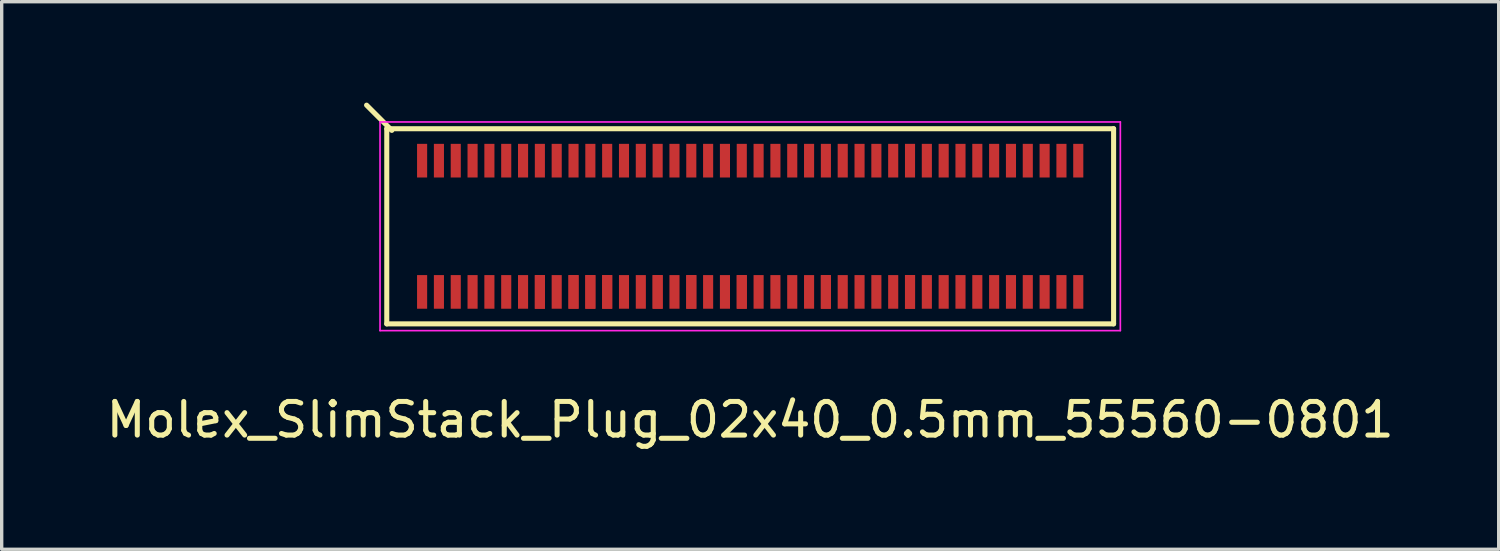
<source format=kicad_pcb>
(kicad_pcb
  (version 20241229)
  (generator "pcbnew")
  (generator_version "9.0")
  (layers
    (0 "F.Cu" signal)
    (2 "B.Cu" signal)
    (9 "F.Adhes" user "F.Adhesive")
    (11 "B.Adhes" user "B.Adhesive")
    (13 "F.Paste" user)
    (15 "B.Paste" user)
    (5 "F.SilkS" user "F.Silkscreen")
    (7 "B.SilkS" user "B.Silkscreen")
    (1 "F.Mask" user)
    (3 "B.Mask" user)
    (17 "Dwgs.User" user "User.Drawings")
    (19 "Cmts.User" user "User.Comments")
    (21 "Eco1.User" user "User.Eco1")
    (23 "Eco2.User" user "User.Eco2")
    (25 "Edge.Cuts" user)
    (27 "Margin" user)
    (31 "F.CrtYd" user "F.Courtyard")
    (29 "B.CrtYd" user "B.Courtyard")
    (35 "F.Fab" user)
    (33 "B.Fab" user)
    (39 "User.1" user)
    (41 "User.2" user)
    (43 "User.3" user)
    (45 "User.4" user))
  (footprint "Molex_SlimStack_Plug_02x40_0.5mm_55560-0801"
    (layer "F.Cu")
    (at 19.244 3.675)
    (property "Reference" "Molex_SlimStack_Plug_02x40_0.5mm_55560-0801" (at 0 5.75 0) (layer "F.SilkS") (effects (font (size 1 1) (thickness 0.15))))
    (attr smd)
    (fp_line (start -10.8 -2.9) (end -10.8 2.9) (stroke (width 0.15) (type solid)) (layer "F.SilkS"))
    (fp_line (start -10.8 2.9) (end 10.8 2.9) (stroke (width 0.15) (type solid)) (layer "F.SilkS"))
    (fp_line (start -10.65 -2.85) (end -11.4 -3.6) (stroke (width 0.15) (type solid)) (layer "F.SilkS"))
    (fp_line (start 10.8 -2.9) (end -10.8 -2.9) (stroke (width 0.15) (type solid)) (layer "F.SilkS"))
    (fp_line (start 10.8 2.9) (end 10.8 -2.9) (stroke (width 0.15) (type solid)) (layer "F.SilkS"))
    (fp_line (start -11 -3.1) (end -11 3.1) (stroke (width 0.05) (type solid)) (layer "F.CrtYd"))
    (fp_line (start -11 3.1) (end 11 3.1) (stroke (width 0.05) (type solid)) (layer "F.CrtYd"))
    (fp_line (start 11 -3.1) (end -11 -3.1) (stroke (width 0.05) (type solid)) (layer "F.CrtYd"))
    (fp_line (start 11 3.1) (end 11 -3.1) (stroke (width 0.05) (type solid)) (layer "F.CrtYd"))
    (pad "1" smd rect (at -9.75 -1.95) (size 0.3 1) (layers "F.Cu" "F.Mask" "F.Paste"))
    (pad "2" smd rect (at -9.75 1.95) (size 0.3 1) (layers "F.Cu" "F.Mask" "F.Paste"))
    (pad "3" smd rect (at -9.25 -1.95) (size 0.3 1) (layers "F.Cu" "F.Mask" "F.Paste"))
    (pad "4" smd rect (at -9.25 1.95) (size 0.3 1) (layers "F.Cu" "F.Mask" "F.Paste"))
    (pad "5" smd rect (at -8.75 -1.95) (size 0.3 1) (layers "F.Cu" "F.Mask" "F.Paste"))
    (pad "6" smd rect (at -8.75 1.95) (size 0.3 1) (layers "F.Cu" "F.Mask" "F.Paste"))
    (pad "7" smd rect (at -8.25 -1.95) (size 0.3 1) (layers "F.Cu" "F.Mask" "F.Paste"))
    (pad "8" smd rect (at -8.25 1.95) (size 0.3 1) (layers "F.Cu" "F.Mask" "F.Paste"))
    (pad "9" smd rect (at -7.75 -1.95) (size 0.3 1) (layers "F.Cu" "F.Mask" "F.Paste"))
    (pad "10" smd rect (at -7.75 1.95) (size 0.3 1) (layers "F.Cu" "F.Mask" "F.Paste"))
    (pad "11" smd rect (at -7.25 -1.95) (size 0.3 1) (layers "F.Cu" "F.Mask" "F.Paste"))
    (pad "12" smd rect (at -7.25 1.95) (size 0.3 1) (layers "F.Cu" "F.Mask" "F.Paste"))
    (pad "13" smd rect (at -6.75 -1.95) (size 0.3 1) (layers "F.Cu" "F.Mask" "F.Paste"))
    (pad "14" smd rect (at -6.75 1.95) (size 0.3 1) (layers "F.Cu" "F.Mask" "F.Paste"))
    (pad "15" smd rect (at -6.25 -1.95) (size 0.3 1) (layers "F.Cu" "F.Mask" "F.Paste"))
    (pad "16" smd rect (at -6.25 1.95) (size 0.3 1) (layers "F.Cu" "F.Mask" "F.Paste"))
    (pad "16" smd rect (at -6.25 1.95) (size 0.3 1) (layers "F.Cu" "F.Mask" "F.Paste"))
    (pad "17" smd rect (at -5.75 -1.95) (size 0.3 1) (layers "F.Cu" "F.Mask" "F.Paste"))
    (pad "18" smd rect (at -5.75 1.95) (size 0.3 1) (layers "F.Cu" "F.Mask" "F.Paste"))
    (pad "19" smd rect (at -5.25 -1.95) (size 0.3 1) (layers "F.Cu" "F.Mask" "F.Paste"))
    (pad "20" smd rect (at -5.25 1.95) (size 0.3 1) (layers "F.Cu" "F.Mask" "F.Paste"))
    (pad "20" smd rect (at -5.25 1.95) (size 0.3 1) (layers "F.Cu" "F.Mask" "F.Paste"))
    (pad "21" smd rect (at -4.75 -1.95) (size 0.3 1) (layers "F.Cu" "F.Mask" "F.Paste"))
    (pad "22" smd rect (at -4.75 1.95) (size 0.3 1) (layers "F.Cu" "F.Mask" "F.Paste"))
    (pad "22" smd rect (at -4.75 1.95) (size 0.3 1) (layers "F.Cu" "F.Mask" "F.Paste"))
    (pad "23" smd rect (at -4.25 -1.95) (size 0.3 1) (layers "F.Cu" "F.Mask" "F.Paste"))
    (pad "24" smd rect (at -4.25 1.95) (size 0.3 1) (layers "F.Cu" "F.Mask" "F.Paste"))
    (pad "24" smd rect (at -4.25 1.95) (size 0.3 1) (layers "F.Cu" "F.Mask" "F.Paste"))
    (pad "25" smd rect (at -3.75 -1.95) (size 0.3 1) (layers "F.Cu" "F.Mask" "F.Paste"))
    (pad "26" smd rect (at -3.75 1.95) (size 0.3 1) (layers "F.Cu" "F.Mask" "F.Paste"))
    (pad "27" smd rect (at -3.25 -1.95) (size 0.3 1) (layers "F.Cu" "F.Mask" "F.Paste"))
    (pad "28" smd rect (at -3.25 1.95) (size 0.3 1) (layers "F.Cu" "F.Mask" "F.Paste"))
    (pad "29" smd rect (at -2.75 -1.95) (size 0.3 1) (layers "F.Cu" "F.Mask" "F.Paste"))
    (pad "30" smd rect (at -2.75 1.95) (size 0.3 1) (layers "F.Cu" "F.Mask" "F.Paste"))
    (pad "30" smd rect (at -2.75 1.95) (size 0.3 1) (layers "F.Cu" "F.Mask" "F.Paste"))
    (pad "31" smd rect (at -2.25 -1.95) (size 0.3 1) (layers "F.Cu" "F.Mask" "F.Paste"))
    (pad "32" smd rect (at -2.25 1.95) (size 0.3 1) (layers "F.Cu" "F.Mask" "F.Paste"))
    (pad "33" smd rect (at -1.75 -1.95) (size 0.3 1) (layers "F.Cu" "F.Mask" "F.Paste"))
    (pad "34" smd rect (at -1.75 1.95) (size 0.3 1) (layers "F.Cu" "F.Mask" "F.Paste"))
    (pad "34" smd rect (at -1.75 1.95) (size 0.3 1) (layers "F.Cu" "F.Mask" "F.Paste"))
    (pad "35" smd rect (at -1.25 -1.95) (size 0.3 1) (layers "F.Cu" "F.Mask" "F.Paste"))
    (pad "36" smd rect (at -1.25 1.95) (size 0.3 1) (layers "F.Cu" "F.Mask" "F.Paste"))
    (pad "37" smd rect (at -0.75 -1.95) (size 0.3 1) (layers "F.Cu" "F.Mask" "F.Paste"))
    (pad "38" smd rect (at -0.75 1.95) (size 0.3 1) (layers "F.Cu" "F.Mask" "F.Paste"))
    (pad "39" smd rect (at -0.25 -1.95) (size 0.3 1) (layers "F.Cu" "F.Mask" "F.Paste"))
    (pad "40" smd rect (at -0.25 1.95) (size 0.3 1) (layers "F.Cu" "F.Mask" "F.Paste"))
    (pad "40" smd rect (at -0.25 1.95) (size 0.3 1) (layers "F.Cu" "F.Mask" "F.Paste"))
    (pad "41" smd rect (at 0.25 -1.95) (size 0.3 1) (layers "F.Cu" "F.Mask" "F.Paste"))
    (pad "42" smd rect (at 0.25 1.95) (size 0.3 1) (layers "F.Cu" "F.Mask" "F.Paste"))
    (pad "43" smd rect (at 0.75 -1.95) (size 0.3 1) (layers "F.Cu" "F.Mask" "F.Paste"))
    (pad "44" smd rect (at 0.75 1.95) (size 0.3 1) (layers "F.Cu" "F.Mask" "F.Paste"))
    (pad "45" smd rect (at 1.25 -1.95) (size 0.3 1) (layers "F.Cu" "F.Mask" "F.Paste"))
    (pad "46" smd rect (at 1.25 1.95) (size 0.3 1) (layers "F.Cu" "F.Mask" "F.Paste"))
    (pad "47" smd rect (at 1.75 -1.95) (size 0.3 1) (layers "F.Cu" "F.Mask" "F.Paste"))
    (pad "48" smd rect (at 1.75 1.95) (size 0.3 1) (layers "F.Cu" "F.Mask" "F.Paste"))
    (pad "49" smd rect (at 2.25 -1.95) (size 0.3 1) (layers "F.Cu" "F.Mask" "F.Paste"))
    (pad "50" smd rect (at 2.25 1.95) (size 0.3 1) (layers "F.Cu" "F.Mask" "F.Paste"))
    (pad "50" smd rect (at 2.25 1.95) (size 0.3 1) (layers "F.Cu" "F.Mask" "F.Paste"))
    (pad "51" smd rect (at 2.75 -1.95) (size 0.3 1) (layers "F.Cu" "F.Mask" "F.Paste"))
    (pad "52" smd rect (at 2.75 1.95) (size 0.3 1) (layers "F.Cu" "F.Mask" "F.Paste"))
    (pad "53" smd rect (at 3.25 -1.95) (size 0.3 1) (layers "F.Cu" "F.Mask" "F.Paste"))
    (pad "54" smd rect (at 3.25 1.95) (size 0.3 1) (layers "F.Cu" "F.Mask" "F.Paste"))
    (pad "55" smd rect (at 3.75 -1.95) (size 0.3 1) (layers "F.Cu" "F.Mask" "F.Paste"))
    (pad "56" smd rect (at 3.75 1.95) (size 0.3 1) (layers "F.Cu" "F.Mask" "F.Paste"))
    (pad "57" smd rect (at 4.25 -1.95) (size 0.3 1) (layers "F.Cu" "F.Mask" "F.Paste"))
    (pad "58" smd rect (at 4.25 1.95) (size 0.3 1) (layers "F.Cu" "F.Mask" "F.Paste"))
    (pad "59" smd rect (at 4.75 -1.95) (size 0.3 1) (layers "F.Cu" "F.Mask" "F.Paste"))
    (pad "60" smd rect (at 4.75 1.95) (size 0.3 1) (layers "F.Cu" "F.Mask" "F.Paste"))
    (pad "60" smd rect (at 4.75 1.95) (size 0.3 1) (layers "F.Cu" "F.Mask" "F.Paste"))
    (pad "61" smd rect (at 5.25 -1.95) (size 0.3 1) (layers "F.Cu" "F.Mask" "F.Paste"))
    (pad "62" smd rect (at 5.25 1.95) (size 0.3 1) (layers "F.Cu" "F.Mask" "F.Paste"))
    (pad "63" smd rect (at 5.75 -1.95) (size 0.3 1) (layers "F.Cu" "F.Mask" "F.Paste"))
    (pad "64" smd rect (at 5.75 1.95) (size 0.3 1) (layers "F.Cu" "F.Mask" "F.Paste"))
    (pad "65" smd rect (at 6.25 -1.95) (size 0.3 1) (layers "F.Cu" "F.Mask" "F.Paste"))
    (pad "66" smd rect (at 6.25 1.95) (size 0.3 1) (layers "F.Cu" "F.Mask" "F.Paste"))
    (pad "67" smd rect (at 6.75 -1.95) (size 0.3 1) (layers "F.Cu" "F.Mask" "F.Paste"))
    (pad "68" smd rect (at 6.75 1.95) (size 0.3 1) (layers "F.Cu" "F.Mask" "F.Paste"))
    (pad "69" smd rect (at 7.25 -1.95) (size 0.3 1) (layers "F.Cu" "F.Mask" "F.Paste"))
    (pad "70" smd rect (at 7.25 1.95) (size 0.3 1) (layers "F.Cu" "F.Mask" "F.Paste"))
    (pad "71" smd rect (at 7.75 -1.95) (size 0.3 1) (layers "F.Cu" "F.Mask" "F.Paste"))
    (pad "72" smd rect (at 7.75 1.95) (size 0.3 1) (layers "F.Cu" "F.Mask" "F.Paste"))
    (pad "73" smd rect (at 8.25 -1.95) (size 0.3 1) (layers "F.Cu" "F.Mask" "F.Paste"))
    (pad "74" smd rect (at 8.25 1.95) (size 0.3 1) (layers "F.Cu" "F.Mask" "F.Paste"))
    (pad "75" smd rect (at 8.75 -1.95) (size 0.3 1) (layers "F.Cu" "F.Mask" "F.Paste"))
    (pad "76" smd rect (at 8.75 1.95) (size 0.3 1) (layers "F.Cu" "F.Mask" "F.Paste"))
    (pad "77" smd rect (at 9.25 -1.95) (size 0.3 1) (layers "F.Cu" "F.Mask" "F.Paste"))
    (pad "78" smd rect (at 9.25 1.95) (size 0.3 1) (layers "F.Cu" "F.Mask" "F.Paste"))
    (pad "79" smd rect (at 9.75 -1.95) (size 0.3 1) (layers "F.Cu" "F.Mask" "F.Paste"))
    (pad "80" smd rect (at 9.75 1.95) (size 0.3 1) (layers "F.Cu" "F.Mask" "F.Paste")))
  (gr_rect
    (start -3 -3)
    (end 41.488 13.273)
    (stroke (width 0.1) (type default))
    (fill no)
    (layer "Edge.Cuts")))
</source>
